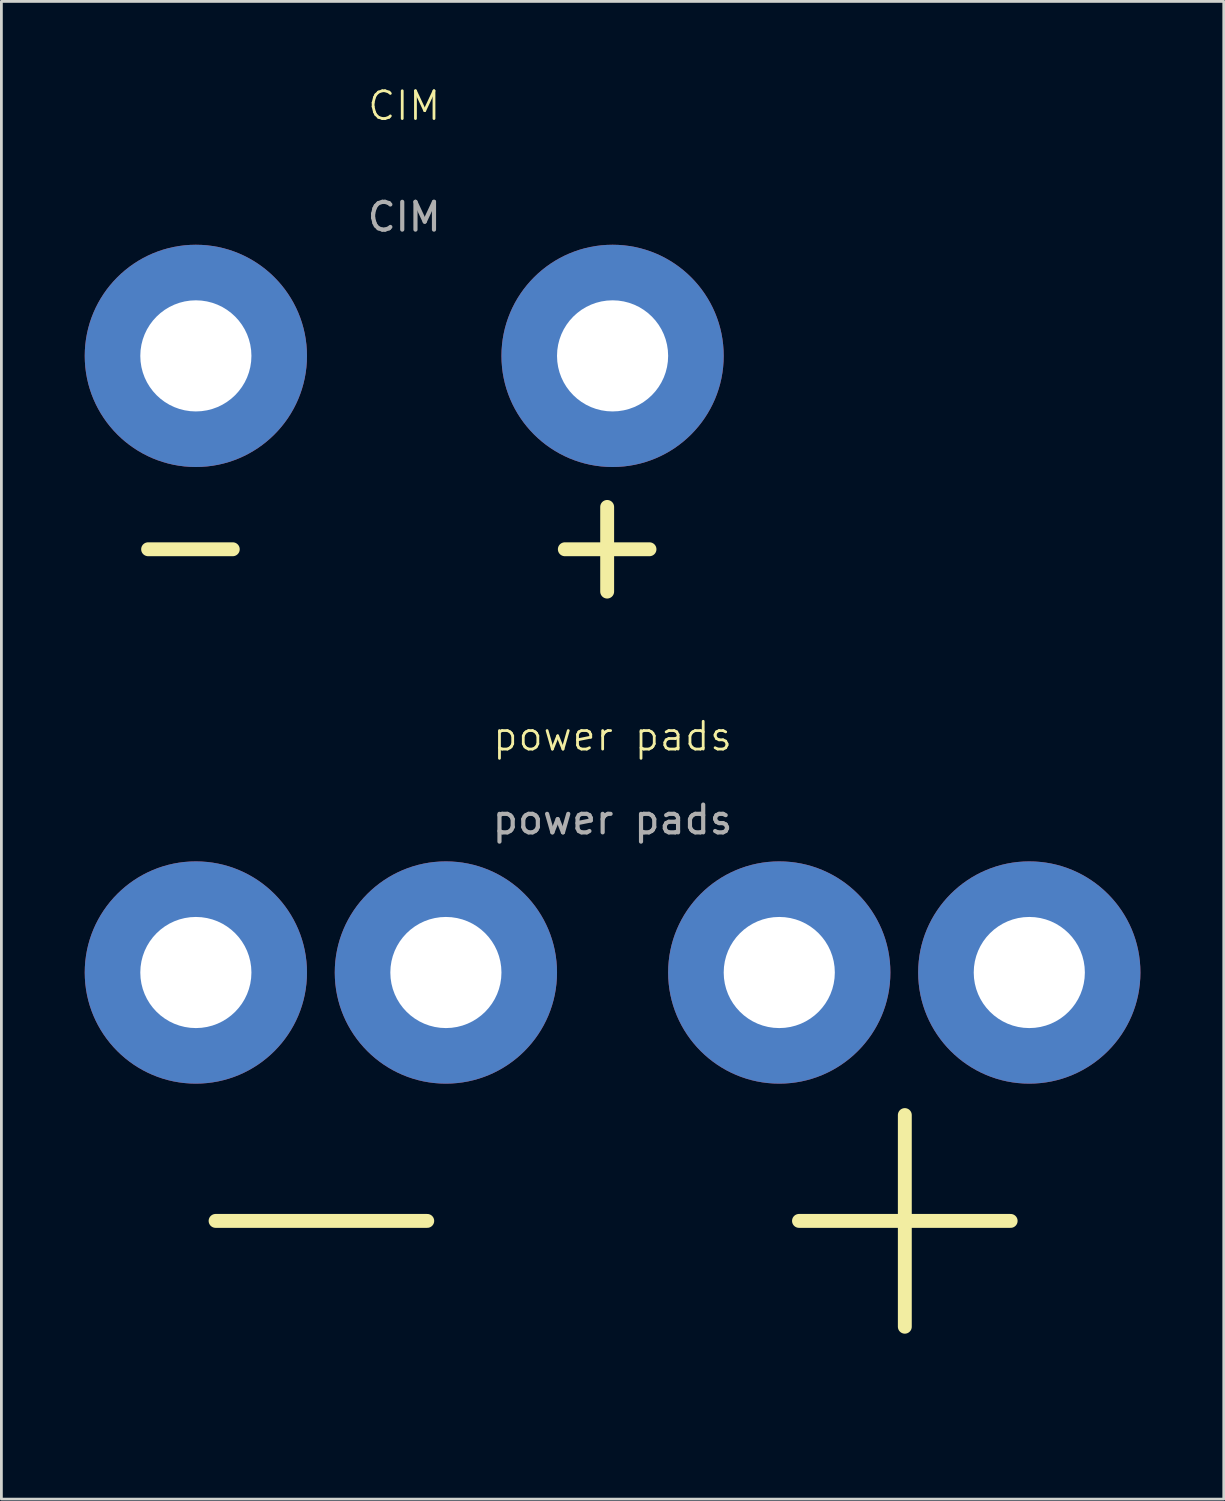
<source format=kicad_pcb>
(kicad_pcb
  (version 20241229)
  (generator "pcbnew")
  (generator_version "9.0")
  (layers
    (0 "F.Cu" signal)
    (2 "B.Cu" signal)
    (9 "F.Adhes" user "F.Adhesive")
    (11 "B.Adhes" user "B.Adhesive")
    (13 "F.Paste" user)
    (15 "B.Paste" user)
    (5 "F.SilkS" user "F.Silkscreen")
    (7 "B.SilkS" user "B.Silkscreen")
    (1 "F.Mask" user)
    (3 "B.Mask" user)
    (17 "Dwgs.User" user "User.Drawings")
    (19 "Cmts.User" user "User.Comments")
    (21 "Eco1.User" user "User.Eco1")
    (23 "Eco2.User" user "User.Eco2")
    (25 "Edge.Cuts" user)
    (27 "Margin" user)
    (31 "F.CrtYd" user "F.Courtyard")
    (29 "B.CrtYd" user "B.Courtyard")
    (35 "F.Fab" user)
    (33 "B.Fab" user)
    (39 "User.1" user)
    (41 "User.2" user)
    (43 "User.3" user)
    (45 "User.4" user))
  (footprint "power pads"
    (layer "F.Cu")
    (at 19 23.956)
    (property "Reference" "power pads" (at 0 -0.5 0) (unlocked yes) (layer "F.SilkS") (effects (font (size 1 1) (thickness 0.1))))
    (attr through_hole)
    (fp_text user "-" (at -17 22 0) (unlocked yes) (layer "F.SilkS") (effects (font (size 10 10) (thickness 0.5)) (justify left bottom)))
    (fp_text user "+" (at 4 22 0) (unlocked yes) (layer "F.SilkS") (effects (font (size 10 10) (thickness 0.5)) (justify left bottom)))
    (fp_text user "${REFERENCE}" (at 0 2.5 0) (unlocked yes) (layer "F.Fab") (effects (font (size 1 1) (thickness 0.15))))
    (pad "1" thru_hole circle (at 6 8 180) (size 8 8) (drill 4) (layers "*.Cu" "*.Mask"))
    (pad "1" thru_hole circle (at 15 8 180) (size 8 8) (drill 4) (layers "*.Cu" "*.Mask"))
    (pad "2" thru_hole circle (at -15 8 180) (size 8 8) (drill 4) (layers "*.Cu" "*.Mask"))
    (pad "2" thru_hole circle (at -6 8 180) (size 8 8) (drill 4) (layers "*.Cu" "*.Mask")))
  (footprint "CIM"
    (layer "F.Cu")
    (at 11.5 3.76)
    (property "Reference" "CIM" (at 0 -3 0) (unlocked yes) (layer "F.SilkS") (effects (font (size 1 1) (thickness 0.1))))
    (attr through_hole)
    (fp_text user "+" (at 4.5 15 0) (unlocked yes) (layer "F.SilkS") (effects (font (size 4 4) (thickness 0.5)) (justify left bottom)))
    (fp_text user "-" (at -10.5 15 0) (unlocked yes) (layer "F.SilkS") (effects (font (size 4 4) (thickness 0.5)) (justify left bottom)))
    (fp_text user "${REFERENCE}" (at 0 1 0) (unlocked yes) (layer "F.Fab") (effects (font (size 1 1) (thickness 0.15))))
    (pad "1" thru_hole circle (at -7.5 6 180) (size 8 8) (drill 4) (layers "*.Cu" "*.Mask"))
    (pad "2" thru_hole circle (at 7.5 6 180) (size 8 8) (drill 4) (layers "*.Cu" "*.Mask")))
  (gr_rect
    (start -3 -3)
    (end 41 50.911)
    (stroke (width 0.1) (type default))
    (fill no)
    (layer "Edge.Cuts")))
</source>
